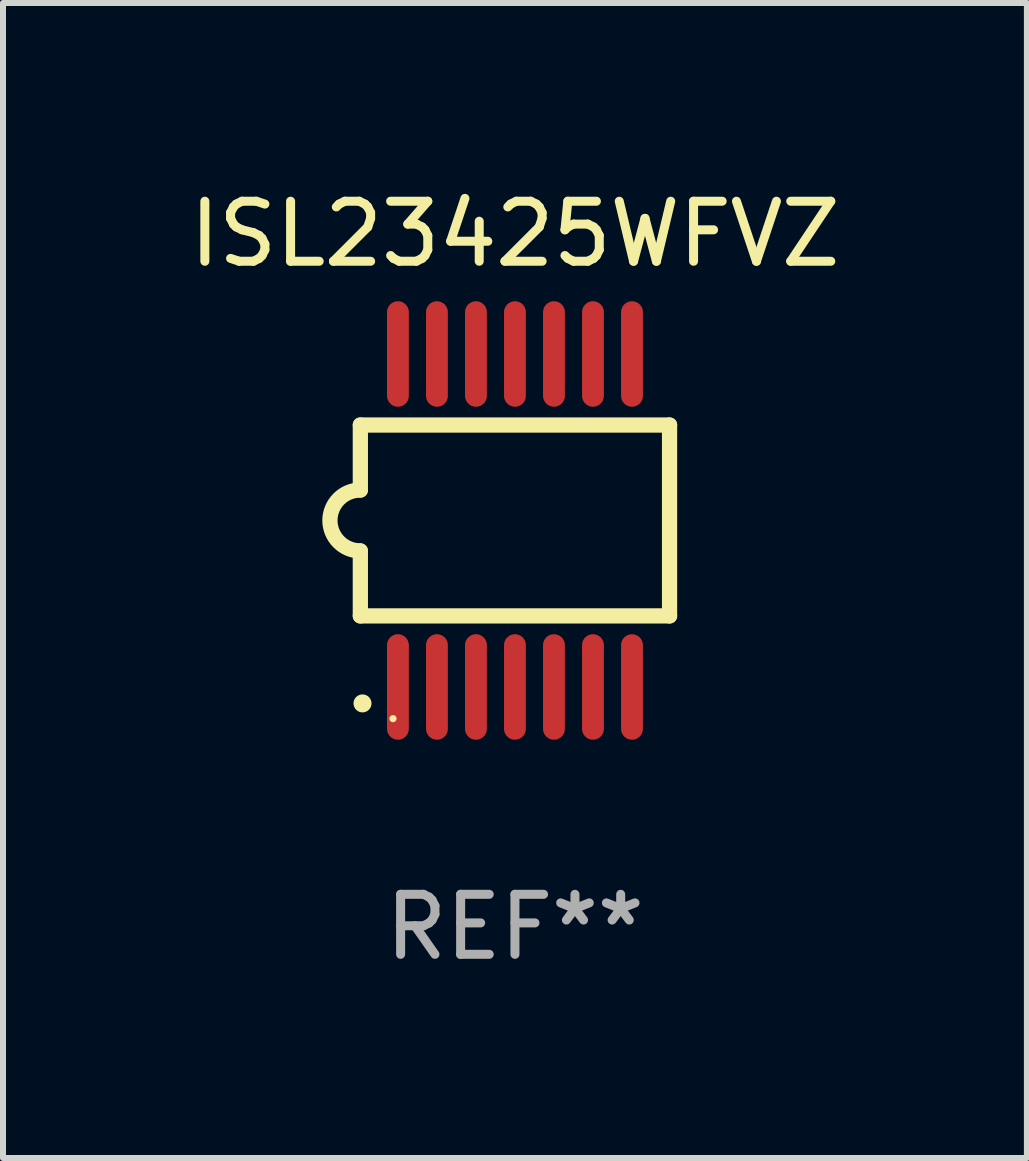
<source format=kicad_pcb>
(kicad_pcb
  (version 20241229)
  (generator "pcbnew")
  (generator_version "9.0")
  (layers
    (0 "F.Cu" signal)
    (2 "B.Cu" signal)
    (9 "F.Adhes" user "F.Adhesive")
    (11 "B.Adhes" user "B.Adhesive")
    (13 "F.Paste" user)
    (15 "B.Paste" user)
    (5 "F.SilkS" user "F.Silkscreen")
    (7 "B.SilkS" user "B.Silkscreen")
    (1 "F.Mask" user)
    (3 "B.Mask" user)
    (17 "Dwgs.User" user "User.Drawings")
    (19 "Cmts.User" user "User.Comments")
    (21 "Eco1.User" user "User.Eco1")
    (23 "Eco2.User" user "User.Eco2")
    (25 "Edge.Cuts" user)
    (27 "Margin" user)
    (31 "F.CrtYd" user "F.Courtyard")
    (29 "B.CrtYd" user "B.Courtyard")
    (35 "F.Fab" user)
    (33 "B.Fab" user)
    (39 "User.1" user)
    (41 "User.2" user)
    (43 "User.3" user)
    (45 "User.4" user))
  (footprint "ISL23425WFVZ"
    (layer "F.Cu")
    (at 5.53 5.622)
    (property "Reference" "ISL23425WFVZ" (at 0 -4.774 0) (layer "F.SilkS") (effects (font (size 1 1) (thickness 0.15))))
    (attr through_hole)
    (fp_line (start -2.576 -1.59) (end -2.576 -0.508) (stroke (width 0.254) (type solid)) (layer "F.SilkS"))
    (fp_line (start -2.576 -1.59) (end 2.576 -1.59) (stroke (width 0.254) (type solid)) (layer "F.SilkS"))
    (fp_line (start -2.576 1.59) (end -2.576 0.508) (stroke (width 0.254) (type solid)) (layer "F.SilkS"))
    (fp_line (start 2.576 -1.59) (end 2.576 1.59) (stroke (width 0.254) (type solid)) (layer "F.SilkS"))
    (fp_line (start 2.576 1.59) (end -2.576 1.59) (stroke (width 0.254) (type solid)) (layer "F.SilkS"))
    (fp_arc (start -2.576099 0.506706) (mid -3.081511 0) (end -2.576098 -0.506706) (stroke (width 0.254001) (type solid)) (layer "F.SilkS"))
    (fp_circle (center -2.54 3.048) (end -2.465 3.048) (stroke (width 0.15) (type solid)) (fill no) (layer "F.SilkS"))
    (fp_circle (center -2.032 3.302) (end -2.002 3.302) (stroke (width 0.06) (type solid)) (fill no) (layer "F.SilkS"))
    (fp_text user "REF**" (at 0 6.774 0) (layer "F.Fab") (effects (font (size 1 1) (thickness 0.15))))
    (pad "1" smd oval (at -1.95 2.774) (size 0.364 1.758) (layers "F.Cu" "F.Mask" "F.Paste"))
    (pad "2" smd oval (at -1.3 2.774) (size 0.364 1.758) (layers "F.Cu" "F.Mask" "F.Paste"))
    (pad "3" smd oval (at -0.65 2.774) (size 0.364 1.758) (layers "F.Cu" "F.Mask" "F.Paste"))
    (pad "4" smd oval (at 0 2.774) (size 0.364 1.758) (layers "F.Cu" "F.Mask" "F.Paste"))
    (pad "5" smd oval (at 0.65 2.774) (size 0.364 1.758) (layers "F.Cu" "F.Mask" "F.Paste"))
    (pad "6" smd oval (at 1.3 2.774) (size 0.364 1.758) (layers "F.Cu" "F.Mask" "F.Paste"))
    (pad "7" smd oval (at 1.95 2.774) (size 0.364 1.758) (layers "F.Cu" "F.Mask" "F.Paste"))
    (pad "8" smd oval (at 1.95 -2.774) (size 0.364 1.758) (layers "F.Cu" "F.Mask" "F.Paste"))
    (pad "9" smd oval (at 1.3 -2.774) (size 0.364 1.758) (layers "F.Cu" "F.Mask" "F.Paste"))
    (pad "10" smd oval (at 0.65 -2.774) (size 0.364 1.758) (layers "F.Cu" "F.Mask" "F.Paste"))
    (pad "11" smd oval (at 0 -2.774) (size 0.364 1.758) (layers "F.Cu" "F.Mask" "F.Paste"))
    (pad "12" smd oval (at -0.65 -2.774) (size 0.364 1.758) (layers "F.Cu" "F.Mask" "F.Paste"))
    (pad "13" smd oval (at -1.3 -2.774) (size 0.364 1.758) (layers "F.Cu" "F.Mask" "F.Paste"))
    (pad "14" smd oval (at -1.95 -2.774) (size 0.364 1.758) (layers "F.Cu" "F.Mask" "F.Paste")))
  (gr_rect
    (start -3 -3)
    (end 14.06 16.244)
    (stroke (width 0.1) (type default))
    (fill no)
    (layer "Edge.Cuts")))
</source>
